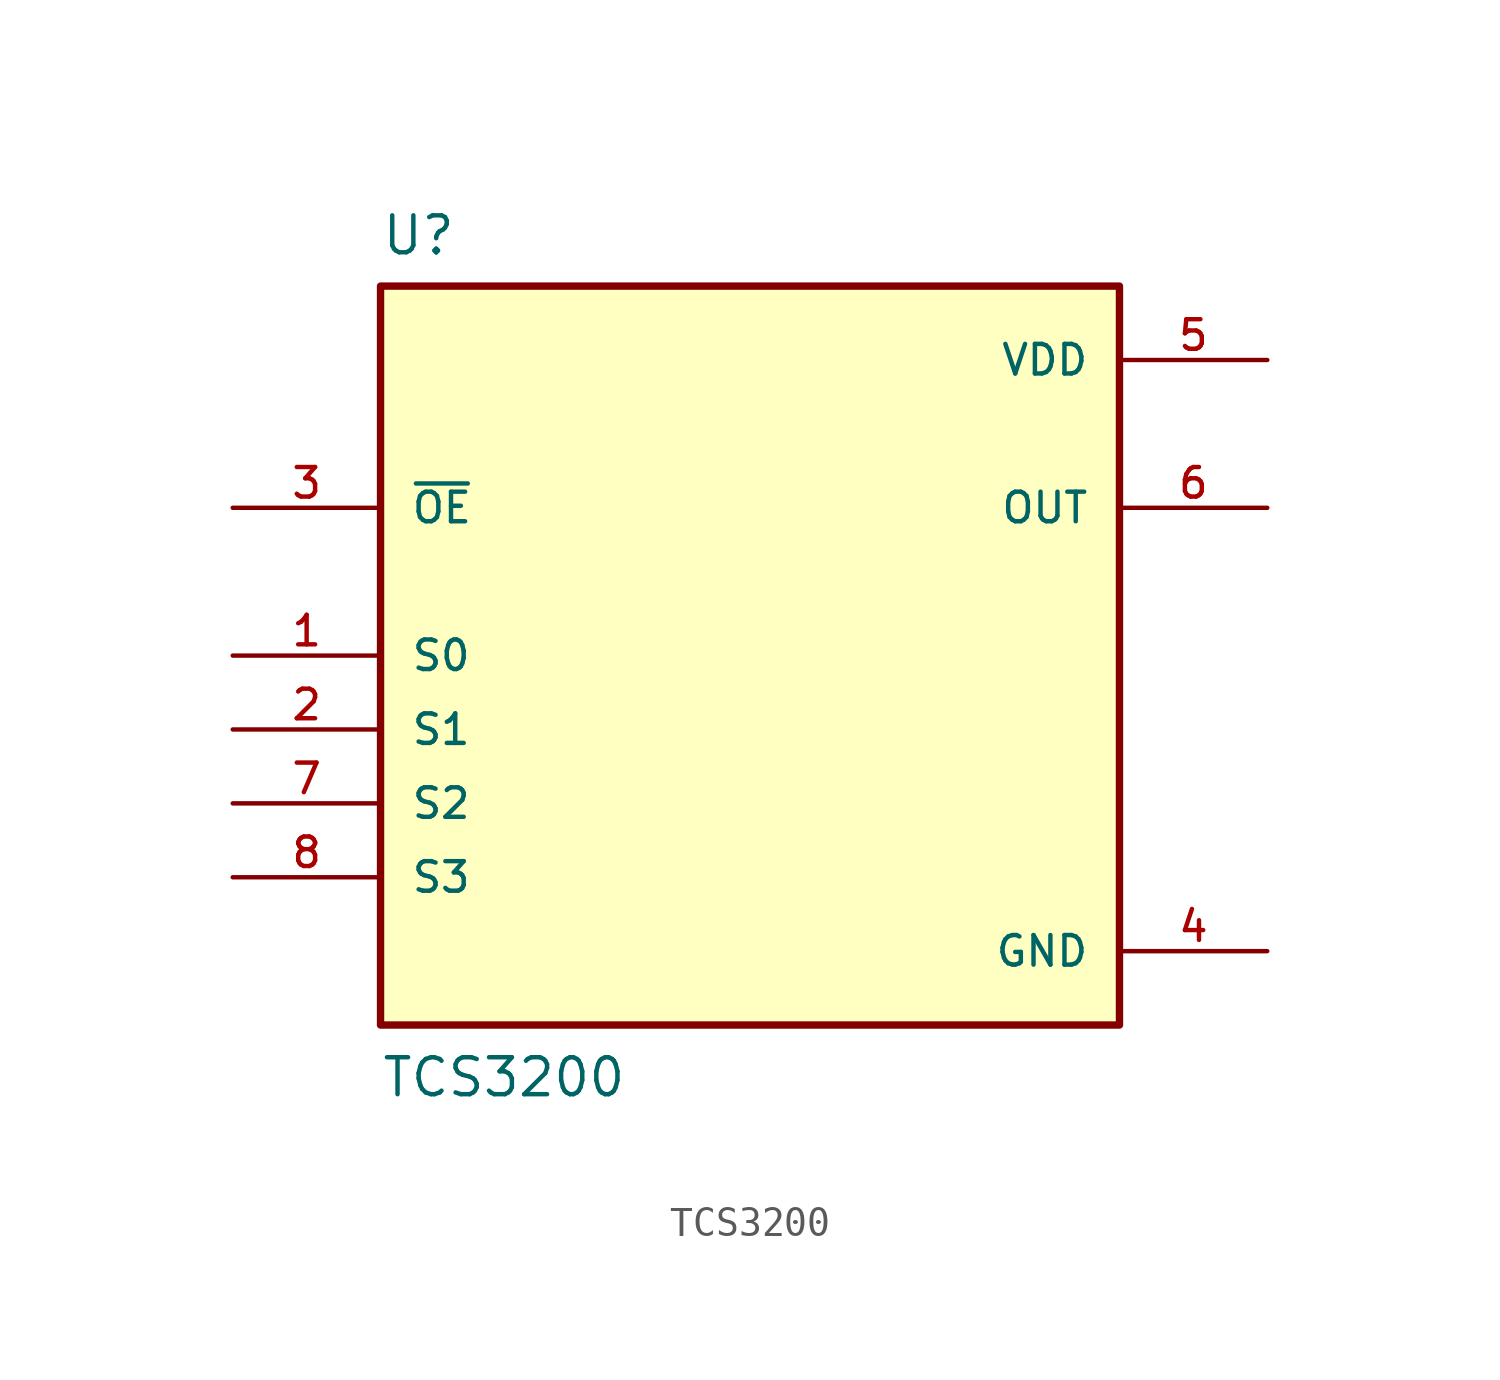
<source format=kicad_sym>
(kicad_symbol_lib
  (version 20211014)
  (generator kicad_symbol_editor)
  (symbol "TCS3200"
    (pin_names
      (offset 1.016))
    (property "Reference" "U"
      (at -12.7 13.7 0.0)
      (effects (font (size 1.27 1.27)) (justify bottom left)))
    (property "Value" "TCS3200"
      (at -12.7 -15.24 0.0)
      (effects (font (size 1.27 1.27)) (justify bottom left)))
    (symbol "TCS3200_0_0"
      (rectangle (start -12.7 -12.7) (end 12.7 12.7) (stroke (width 0.254)) (fill (type background)))
      (pin input line (at -17.78 5.08 0) (length 5.08) (name "~{OE}" (effects (font (size 1.016 1.016)))) (number "3" (effects (font (size 1.016 1.016)))))
      (pin input line (at -17.78 0.0 0) (length 5.08) (name "S0" (effects (font (size 1.016 1.016)))) (number "1" (effects (font (size 1.016 1.016)))))
      (pin input line (at -17.78 -2.54 0) (length 5.08) (name "S1" (effects (font (size 1.016 1.016)))) (number "2" (effects (font (size 1.016 1.016)))))
      (pin input line (at -17.78 -5.08 0) (length 5.08) (name "S2" (effects (font (size 1.016 1.016)))) (number "7" (effects (font (size 1.016 1.016)))))
      (pin input line (at -17.78 -7.62 0) (length 5.08) (name "S3" (effects (font (size 1.016 1.016)))) (number "8" (effects (font (size 1.016 1.016)))))
      (pin power_in line (at 17.78 10.16 180.0) (length 5.08) (name "VDD" (effects (font (size 1.016 1.016)))) (number "5" (effects (font (size 1.016 1.016)))))
      (pin output line (at 17.78 5.08 180.0) (length 5.08) (name "OUT" (effects (font (size 1.016 1.016)))) (number "6" (effects (font (size 1.016 1.016)))))
      (pin power_in line (at 17.78 -10.16 180.0) (length 5.08) (name "GND" (effects (font (size 1.016 1.016)))) (number "4" (effects (font (size 1.016 1.016))))))))
</source>
